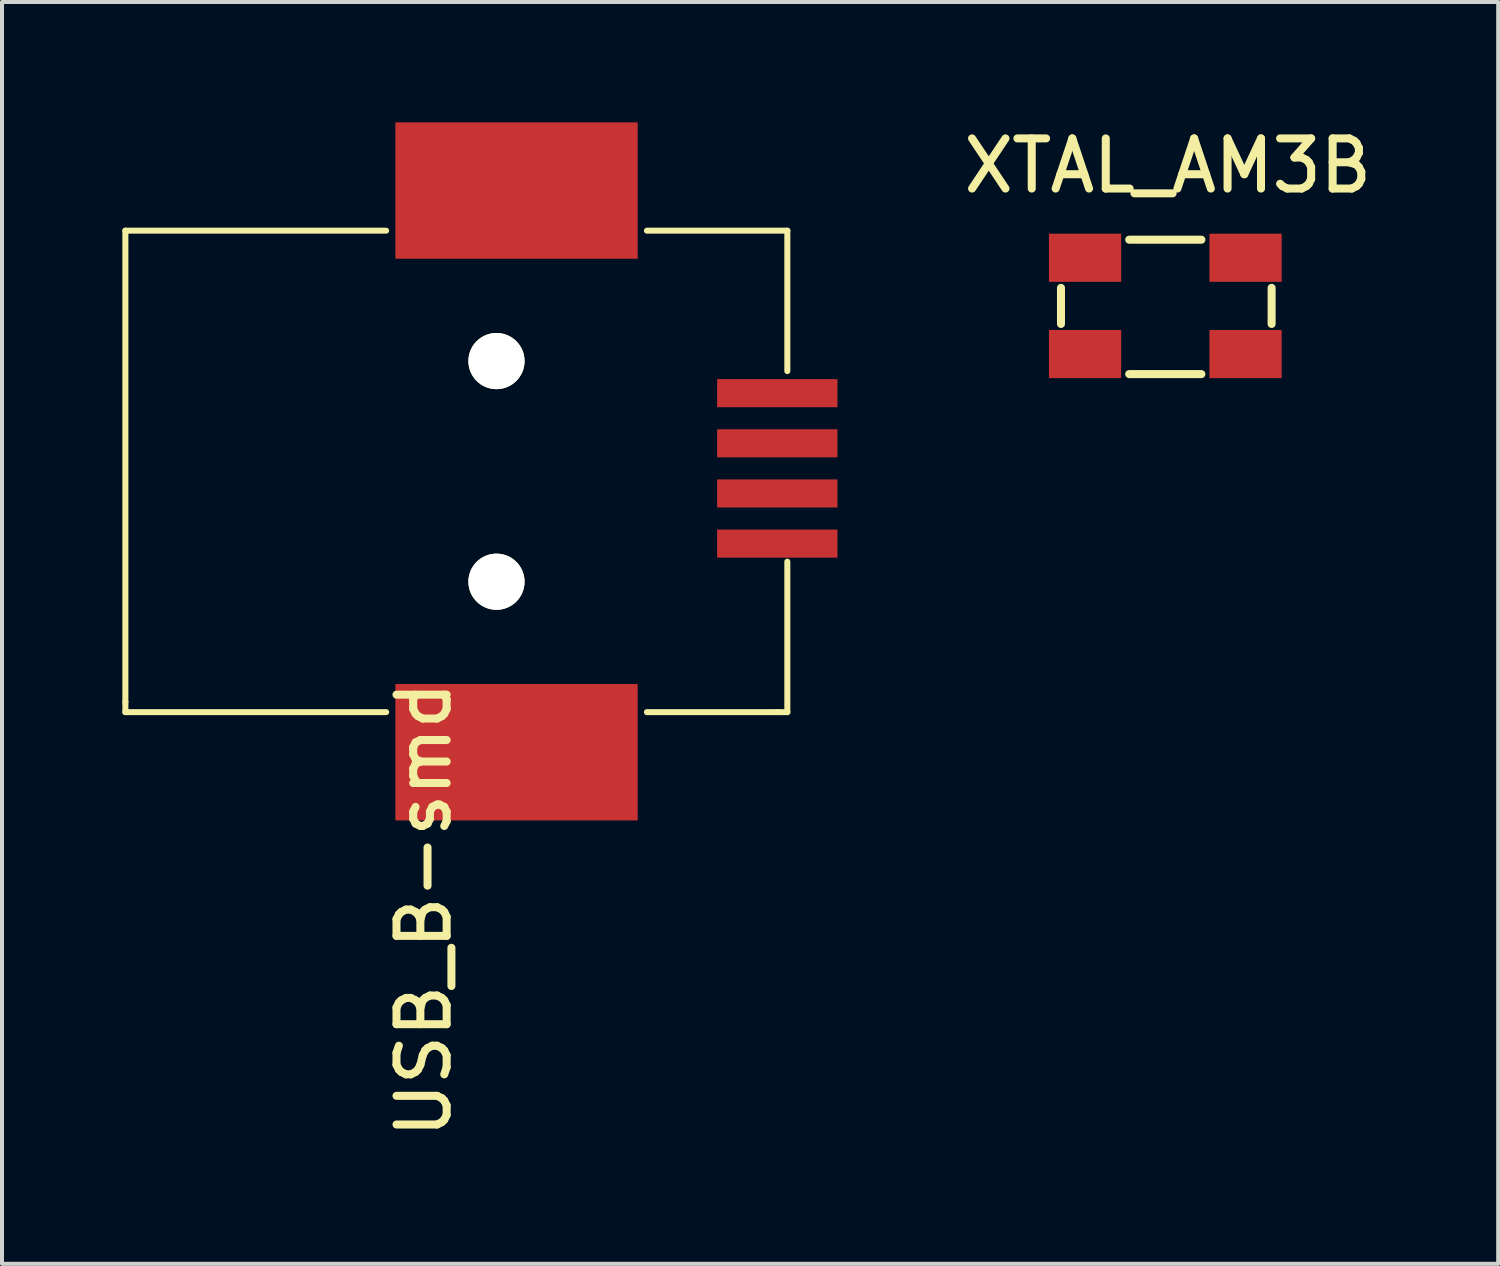
<source format=kicad_pcb>
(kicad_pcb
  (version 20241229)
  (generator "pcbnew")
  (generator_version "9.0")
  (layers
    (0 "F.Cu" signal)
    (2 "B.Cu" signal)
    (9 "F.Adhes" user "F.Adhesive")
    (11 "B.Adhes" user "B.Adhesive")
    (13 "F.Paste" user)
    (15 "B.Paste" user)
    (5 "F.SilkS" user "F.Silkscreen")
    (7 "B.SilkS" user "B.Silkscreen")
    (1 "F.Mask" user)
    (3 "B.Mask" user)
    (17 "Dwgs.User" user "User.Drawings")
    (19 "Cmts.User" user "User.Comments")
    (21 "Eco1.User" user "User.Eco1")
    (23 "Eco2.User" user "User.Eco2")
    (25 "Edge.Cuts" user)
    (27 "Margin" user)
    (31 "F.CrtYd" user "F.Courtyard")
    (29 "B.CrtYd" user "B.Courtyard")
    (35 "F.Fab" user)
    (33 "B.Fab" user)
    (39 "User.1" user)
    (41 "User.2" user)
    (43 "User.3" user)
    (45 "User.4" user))
  (footprint "USB_B-smd"
    (layer "F.Cu")
    (at 11.325 8.7)
    (property "Reference" "USB_B-smd" (at -3.81 10.922 90) (layer "F.SilkS") (effects (font (size 1.25 1.25) (thickness 0.2))))
    (attr smd)
    (fp_line (start -11.25 -6) (end -11.25 5.75) (stroke (width 0.15) (type solid)) (layer "F.SilkS"))
    (fp_line (start -11.25 5.75) (end -11.25 6) (stroke (width 0.15) (type solid)) (layer "F.SilkS"))
    (fp_line (start -11.25 6) (end -4.75 6) (stroke (width 0.15) (type solid)) (layer "F.SilkS"))
    (fp_line (start -4.75 -6) (end -11.25 -6) (stroke (width 0.15) (type solid)) (layer "F.SilkS"))
    (fp_line (start 1.75 6) (end 5 6) (stroke (width 0.15) (type solid)) (layer "F.SilkS"))
    (fp_line (start 5 6) (end 5.25 6) (stroke (width 0.15) (type solid)) (layer "F.SilkS"))
    (fp_line (start 5.25 -6) (end 1.75 -6) (stroke (width 0.15) (type solid)) (layer "F.SilkS"))
    (fp_line (start 5.25 -2.5) (end 5.25 -6) (stroke (width 0.15) (type solid)) (layer "F.SilkS"))
    (fp_line (start 5.25 6) (end 5.25 2.25) (stroke (width 0.15) (type solid)) (layer "F.SilkS"))
    (pad "" np_thru_hole circle (at -2 -2.75) (size 1.4 1.4) (drill 1.4) (layers "*.Cu" "*.Mask" "F.SilkS"))
    (pad "" np_thru_hole circle (at -2 2.75) (size 1.4 1.4) (drill 1.4) (layers "*.Cu" "*.Mask" "F.SilkS"))
    (pad "1" smd rect (at 5 1.8) (size 3 0.7) (layers "F.Cu" "F.Mask" "F.Paste"))
    (pad "2" smd rect (at 5 -0.7) (size 3 0.7) (layers "F.Cu" "F.Mask" "F.Paste"))
    (pad "3" smd rect (at 5 -1.95) (size 3 0.7) (layers "F.Cu" "F.Mask" "F.Paste"))
    (pad "4" smd rect (at 5 0.55) (size 3 0.7) (layers "F.Cu" "F.Mask" "F.Paste"))
    (pad "5" smd rect (at -1.5 -7) (size 6.04 3.4) (layers "F.Cu" "F.Mask" "F.Paste"))
    (pad "5" smd rect (at -1.5 7) (size 6.04 3.4) (layers "F.Cu" "F.Mask" "F.Paste")))
  (footprint "XTAL_AM3B"
    (layer "F.Cu")
    (at 25.996 4.575)
    (property "Reference" "XTAL_AM3B" (at 0.064 -3.493 0) (layer "F.SilkS") (effects (font (size 1.25 1.25) (thickness 0.2))))
    (attr through_hole)
    (fp_line (start -2.6 0.45) (end -2.6 -0.45) (stroke (width 0.2) (type solid)) (layer "F.SilkS"))
    (fp_line (start -0.9 -1.65) (end 0.9 -1.65) (stroke (width 0.2) (type solid)) (layer "F.SilkS"))
    (fp_line (start -0.9 1.7) (end 0.9 1.7) (stroke (width 0.2) (type solid)) (layer "F.SilkS"))
    (fp_line (start 2.65 0.45) (end 2.65 -0.45) (stroke (width 0.2) (type solid)) (layer "F.SilkS"))
    (pad "1" smd rect (at 2 -1.2) (size 1.8 1.2) (layers "F.Cu" "F.Mask" "F.Paste"))
    (pad "2" smd rect (at -2 -1.2) (size 1.8 1.2) (layers "F.Cu" "F.Mask" "F.Paste"))
    (pad "3" smd rect (at -2 1.2) (size 1.8 1.2) (layers "F.Cu" "F.Mask" "F.Paste"))
    (pad "4" smd rect (at 2 1.2) (size 1.8 1.2) (layers "F.Cu" "F.Mask" "F.Paste")))
  (gr_rect
    (start -3 -3)
    (end 34.294 28.452)
    (stroke (width 0.1) (type default))
    (fill no)
    (layer "Edge.Cuts")))
</source>
